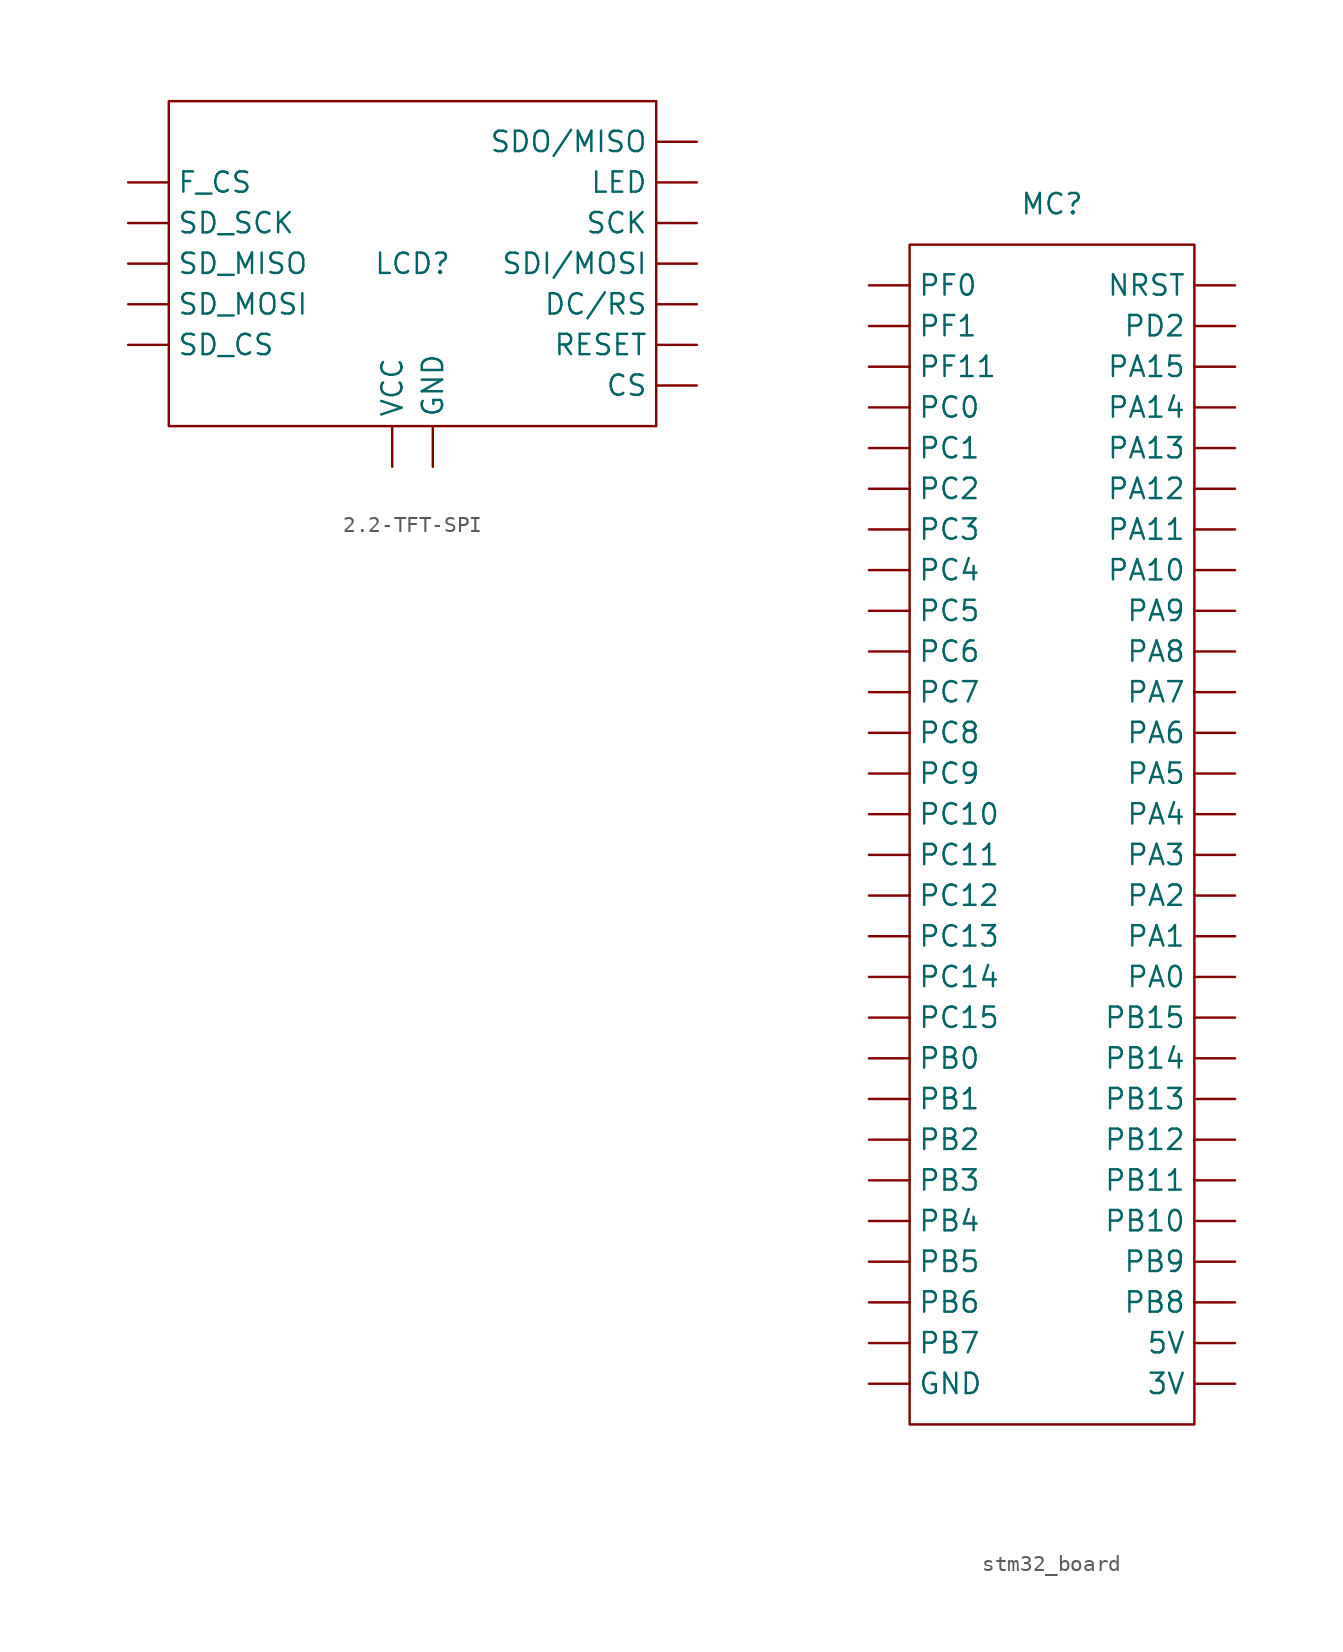
<source format=kicad_sym>
(kicad_symbol_lib
  (version 20220914)
  (generator kicad_symbol_editor)
  (symbol "2.2-TFT-SPI"
    (property "Reference" "LCD"
      (at 0 0 0)
      (effects (font (size 1.27 1.27))))
    (property "Value" ""
      (at 2.54 0 0)
      (effects (font (size 1.27 1.27))))
    (symbol "2.2-TFT-SPI_0_1"
      (rectangle (start -15.24 10.16) (end 15.24 -10.16) (stroke (width 0) (type default)) (fill (type none))))
    (symbol "2.2-TFT-SPI_1_1"
      (pin input line (at 17.78 -7.62 180) (length 2.54) (name "CS" (effects (font (size 1.27 1.27)))) (number "" (effects (font (size 1.27 1.27)))))
      (pin input line (at 17.78 -2.54 180) (length 2.54) (name "DC/RS" (effects (font (size 1.27 1.27)))) (number "" (effects (font (size 1.27 1.27)))))
      (pin input line (at -17.78 5.08 0) (length 2.54) (name "F_CS" (effects (font (size 1.27 1.27)))) (number "" (effects (font (size 1.27 1.27)))))
      (pin power_in line (at 1.27 -12.7 90) (length 2.54) (name "GND" (effects (font (size 1.27 1.27)))) (number "" (effects (font (size 1.27 1.27)))))
      (pin power_in line (at 17.78 5.08 180) (length 2.54) (name "LED" (effects (font (size 1.27 1.27)))) (number "" (effects (font (size 1.27 1.27)))))
      (pin input line (at 17.78 -5.08 180) (length 2.54) (name "RESET" (effects (font (size 1.27 1.27)))) (number "" (effects (font (size 1.27 1.27)))))
      (pin input line (at 17.78 2.54 180) (length 2.54) (name "SCK" (effects (font (size 1.27 1.27)))) (number "" (effects (font (size 1.27 1.27)))))
      (pin input line (at 17.78 0 180) (length 2.54) (name "SDI/MOSI" (effects (font (size 1.27 1.27)))) (number "" (effects (font (size 1.27 1.27)))))
      (pin output line (at 17.78 7.62 180) (length 2.54) (name "SDO/MISO" (effects (font (size 1.27 1.27)))) (number "" (effects (font (size 1.27 1.27)))))
      (pin input line (at -17.78 -5.08 0) (length 2.54) (name "SD_CS" (effects (font (size 1.27 1.27)))) (number "" (effects (font (size 1.27 1.27)))))
      (pin output line (at -17.78 0 0) (length 2.54) (name "SD_MISO" (effects (font (size 1.27 1.27)))) (number "" (effects (font (size 1.27 1.27)))))
      (pin input line (at -17.78 -2.54 0) (length 2.54) (name "SD_MOSI" (effects (font (size 1.27 1.27)))) (number "" (effects (font (size 1.27 1.27)))))
      (pin input line (at -17.78 2.54 0) (length 2.54) (name "SD_SCK" (effects (font (size 1.27 1.27)))) (number "" (effects (font (size 1.27 1.27)))))
      (pin power_in line (at -1.27 -12.7 90) (length 2.54) (name "VCC" (effects (font (size 1.27 1.27)))) (number "" (effects (font (size 1.27 1.27)))))))
  (symbol "stm32_board"
    (property "Reference" "MC"
      (at 0 39.37 0)
      (effects (font (size 1.27 1.27))))
    (property "Value" ""
      (at 0 0 0)
      (effects (font (size 1.27 1.27))))
    (symbol "stm32_board_0_1"
      (rectangle (start -8.89 36.83) (end 8.89 -36.83) (stroke (width 0) (type default)) (fill (type none))))
    (symbol "stm32_board_1_1"
      (pin power_out line (at 11.43 -34.29 180) (length 2.54) (name "3V" (effects (font (size 1.27 1.27)))) (number "" (effects (font (size 1.27 1.27)))))
      (pin power_in line (at 11.43 -31.75 180) (length 2.54) (name "5V" (effects (font (size 1.27 1.27)))) (number "" (effects (font (size 1.27 1.27)))))
      (pin power_in line (at -11.43 -34.29 0) (length 2.54) (name "GND" (effects (font (size 1.27 1.27)))) (number "" (effects (font (size 1.27 1.27)))))
      (pin bidirectional line (at 11.43 34.29 180) (length 2.54) (name "NRST" (effects (font (size 1.27 1.27)))) (number "" (effects (font (size 1.27 1.27)))))
      (pin bidirectional line (at 11.43 -8.89 180) (length 2.54) (name "PA0" (effects (font (size 1.27 1.27)))) (number "" (effects (font (size 1.27 1.27)))))
      (pin bidirectional line (at 11.43 -6.35 180) (length 2.54) (name "PA1" (effects (font (size 1.27 1.27)))) (number "" (effects (font (size 1.27 1.27)))))
      (pin bidirectional line (at 11.43 16.51 180) (length 2.54) (name "PA10" (effects (font (size 1.27 1.27)))) (number "" (effects (font (size 1.27 1.27)))))
      (pin bidirectional line (at 11.43 19.05 180) (length 2.54) (name "PA11" (effects (font (size 1.27 1.27)))) (number "" (effects (font (size 1.27 1.27)))))
      (pin bidirectional line (at 11.43 21.59 180) (length 2.54) (name "PA12" (effects (font (size 1.27 1.27)))) (number "" (effects (font (size 1.27 1.27)))))
      (pin bidirectional line (at 11.43 24.13 180) (length 2.54) (name "PA13" (effects (font (size 1.27 1.27)))) (number "" (effects (font (size 1.27 1.27)))))
      (pin bidirectional line (at 11.43 26.67 180) (length 2.54) (name "PA14" (effects (font (size 1.27 1.27)))) (number "" (effects (font (size 1.27 1.27)))))
      (pin bidirectional line (at 11.43 29.21 180) (length 2.54) (name "PA15" (effects (font (size 1.27 1.27)))) (number "" (effects (font (size 1.27 1.27)))))
      (pin bidirectional line (at 11.43 -3.81 180) (length 2.54) (name "PA2" (effects (font (size 1.27 1.27)))) (number "" (effects (font (size 1.27 1.27)))))
      (pin bidirectional line (at 11.43 -1.27 180) (length 2.54) (name "PA3" (effects (font (size 1.27 1.27)))) (number "" (effects (font (size 1.27 1.27)))))
      (pin bidirectional line (at 11.43 1.27 180) (length 2.54) (name "PA4" (effects (font (size 1.27 1.27)))) (number "" (effects (font (size 1.27 1.27)))))
      (pin bidirectional line (at 11.43 3.81 180) (length 2.54) (name "PA5" (effects (font (size 1.27 1.27)))) (number "" (effects (font (size 1.27 1.27)))))
      (pin bidirectional line (at 11.43 6.35 180) (length 2.54) (name "PA6" (effects (font (size 1.27 1.27)))) (number "" (effects (font (size 1.27 1.27)))))
      (pin bidirectional line (at 11.43 8.89 180) (length 2.54) (name "PA7" (effects (font (size 1.27 1.27)))) (number "" (effects (font (size 1.27 1.27)))))
      (pin bidirectional line (at 11.43 11.43 180) (length 2.54) (name "PA8" (effects (font (size 1.27 1.27)))) (number "" (effects (font (size 1.27 1.27)))))
      (pin bidirectional line (at 11.43 13.97 180) (length 2.54) (name "PA9" (effects (font (size 1.27 1.27)))) (number "" (effects (font (size 1.27 1.27)))))
      (pin bidirectional line (at -11.43 -13.97 0) (length 2.54) (name "PB0" (effects (font (size 1.27 1.27)))) (number "" (effects (font (size 1.27 1.27)))))
      (pin bidirectional line (at -11.43 -16.51 0) (length 2.54) (name "PB1" (effects (font (size 1.27 1.27)))) (number "" (effects (font (size 1.27 1.27)))))
      (pin bidirectional line (at 11.43 -24.13 180) (length 2.54) (name "PB10" (effects (font (size 1.27 1.27)))) (number "" (effects (font (size 1.27 1.27)))))
      (pin bidirectional line (at 11.43 -21.59 180) (length 2.54) (name "PB11" (effects (font (size 1.27 1.27)))) (number "" (effects (font (size 1.27 1.27)))))
      (pin bidirectional line (at 11.43 -19.05 180) (length 2.54) (name "PB12" (effects (font (size 1.27 1.27)))) (number "" (effects (font (size 1.27 1.27)))))
      (pin bidirectional line (at 11.43 -16.51 180) (length 2.54) (name "PB13" (effects (font (size 1.27 1.27)))) (number "" (effects (font (size 1.27 1.27)))))
      (pin bidirectional line (at 11.43 -13.97 180) (length 2.54) (name "PB14" (effects (font (size 1.27 1.27)))) (number "" (effects (font (size 1.27 1.27)))))
      (pin bidirectional line (at 11.43 -11.43 180) (length 2.54) (name "PB15" (effects (font (size 1.27 1.27)))) (number "" (effects (font (size 1.27 1.27)))))
      (pin bidirectional line (at -11.43 -19.05 0) (length 2.54) (name "PB2" (effects (font (size 1.27 1.27)))) (number "" (effects (font (size 1.27 1.27)))))
      (pin bidirectional line (at -11.43 -21.59 0) (length 2.54) (name "PB3" (effects (font (size 1.27 1.27)))) (number "" (effects (font (size 1.27 1.27)))))
      (pin bidirectional line (at -11.43 -24.13 0) (length 2.54) (name "PB4" (effects (font (size 1.27 1.27)))) (number "" (effects (font (size 1.27 1.27)))))
      (pin bidirectional line (at -11.43 -26.67 0) (length 2.54) (name "PB5" (effects (font (size 1.27 1.27)))) (number "" (effects (font (size 1.27 1.27)))))
      (pin bidirectional line (at -11.43 -29.21 0) (length 2.54) (name "PB6" (effects (font (size 1.27 1.27)))) (number "" (effects (font (size 1.27 1.27)))))
      (pin bidirectional line (at -11.43 -31.75 0) (length 2.54) (name "PB7" (effects (font (size 1.27 1.27)))) (number "" (effects (font (size 1.27 1.27)))))
      (pin bidirectional line (at 11.43 -29.21 180) (length 2.54) (name "PB8" (effects (font (size 1.27 1.27)))) (number "" (effects (font (size 1.27 1.27)))))
      (pin bidirectional line (at 11.43 -26.67 180) (length 2.54) (name "PB9" (effects (font (size 1.27 1.27)))) (number "" (effects (font (size 1.27 1.27)))))
      (pin bidirectional line (at -11.43 26.67 0) (length 2.54) (name "PC0" (effects (font (size 1.27 1.27)))) (number "" (effects (font (size 1.27 1.27)))))
      (pin bidirectional line (at -11.43 24.13 0) (length 2.54) (name "PC1" (effects (font (size 1.27 1.27)))) (number "" (effects (font (size 1.27 1.27)))))
      (pin bidirectional line (at -11.43 1.27 0) (length 2.54) (name "PC10" (effects (font (size 1.27 1.27)))) (number "" (effects (font (size 1.27 1.27)))))
      (pin bidirectional line (at -11.43 -1.27 0) (length 2.54) (name "PC11" (effects (font (size 1.27 1.27)))) (number "" (effects (font (size 1.27 1.27)))))
      (pin bidirectional line (at -11.43 -3.81 0) (length 2.54) (name "PC12" (effects (font (size 1.27 1.27)))) (number "" (effects (font (size 1.27 1.27)))))
      (pin bidirectional line (at -11.43 -6.35 0) (length 2.54) (name "PC13" (effects (font (size 1.27 1.27)))) (number "" (effects (font (size 1.27 1.27)))))
      (pin bidirectional line (at -11.43 -8.89 0) (length 2.54) (name "PC14" (effects (font (size 1.27 1.27)))) (number "" (effects (font (size 1.27 1.27)))))
      (pin bidirectional line (at -11.43 -11.43 0) (length 2.54) (name "PC15" (effects (font (size 1.27 1.27)))) (number "" (effects (font (size 1.27 1.27)))))
      (pin bidirectional line (at -11.43 21.59 0) (length 2.54) (name "PC2" (effects (font (size 1.27 1.27)))) (number "" (effects (font (size 1.27 1.27)))))
      (pin bidirectional line (at -11.43 19.05 0) (length 2.54) (name "PC3" (effects (font (size 1.27 1.27)))) (number "" (effects (font (size 1.27 1.27)))))
      (pin bidirectional line (at -11.43 16.51 0) (length 2.54) (name "PC4" (effects (font (size 1.27 1.27)))) (number "" (effects (font (size 1.27 1.27)))))
      (pin bidirectional line (at -11.43 13.97 0) (length 2.54) (name "PC5" (effects (font (size 1.27 1.27)))) (number "" (effects (font (size 1.27 1.27)))))
      (pin bidirectional line (at -11.43 11.43 0) (length 2.54) (name "PC6" (effects (font (size 1.27 1.27)))) (number "" (effects (font (size 1.27 1.27)))))
      (pin bidirectional line (at -11.43 8.89 0) (length 2.54) (name "PC7" (effects (font (size 1.27 1.27)))) (number "" (effects (font (size 1.27 1.27)))))
      (pin bidirectional line (at -11.43 6.35 0) (length 2.54) (name "PC8" (effects (font (size 1.27 1.27)))) (number "" (effects (font (size 1.27 1.27)))))
      (pin bidirectional line (at -11.43 3.81 0) (length 2.54) (name "PC9" (effects (font (size 1.27 1.27)))) (number "" (effects (font (size 1.27 1.27)))))
      (pin bidirectional line (at 11.43 31.75 180) (length 2.54) (name "PD2" (effects (font (size 1.27 1.27)))) (number "" (effects (font (size 1.27 1.27)))))
      (pin bidirectional line (at -11.43 34.29 0) (length 2.54) (name "PF0" (effects (font (size 1.27 1.27)))) (number "" (effects (font (size 1.27 1.27)))))
      (pin bidirectional line (at -11.43 31.75 0) (length 2.54) (name "PF1" (effects (font (size 1.27 1.27)))) (number "" (effects (font (size 1.27 1.27)))))
      (pin bidirectional line (at -11.43 29.21 0) (length 2.54) (name "PF11" (effects (font (size 1.27 1.27)))) (number "" (effects (font (size 1.27 1.27))))))))
</source>
